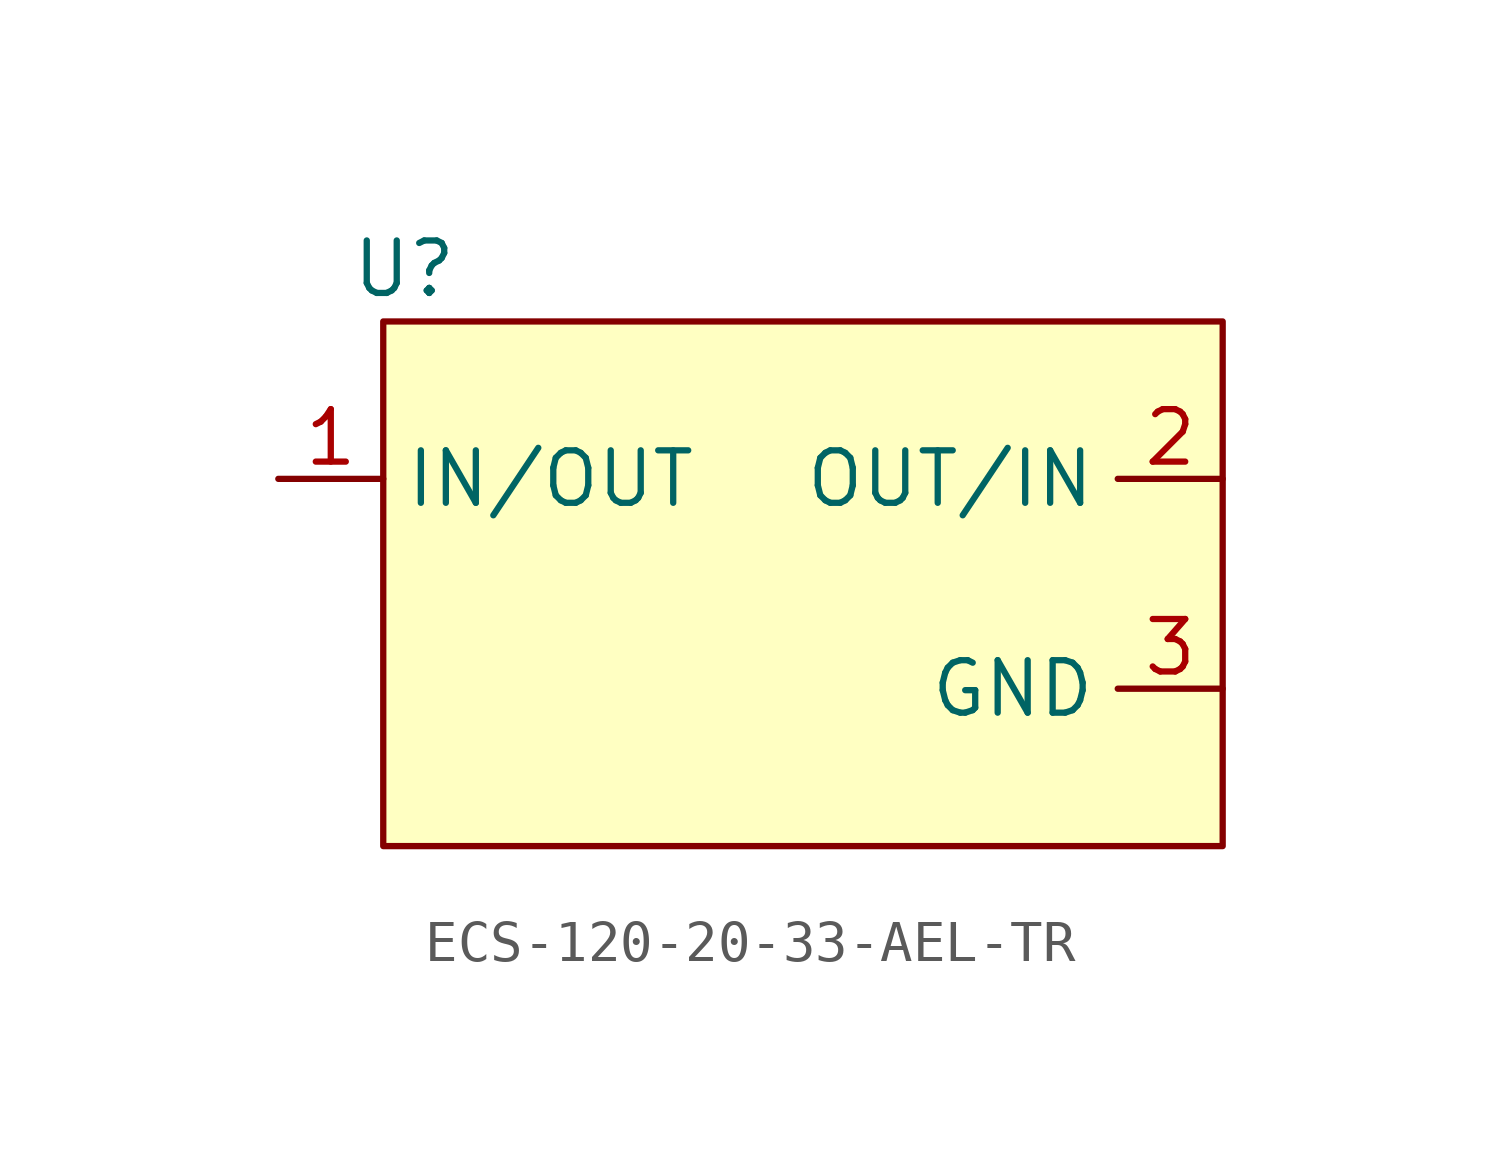
<source format=kicad_sym>
(kicad_symbol_lib
  (version 20231120)
  (generator "kicad_symbol_editor")
  (generator_version "8.0")
  (symbol "ECS-120-20-33-AEL-TR"
    (property "Reference" "U"
      (at -9.652 7.62 0)
      (effects (font (size 1.27 1.27))))
    (symbol "ECS-120-20-33-AEL-TR_1_1"
      (rectangle (start -10.16 6.35) (end 10.16 -6.35) (stroke (width 0) (type default)) (fill (type background)))
      (pin input line (at -12.7 2.54 0) (length 2.54) (name "IN/OUT" (effects (font (size 1.27 1.27)))) (number "1" (effects (font (size 1.27 1.27)))))
      (pin input line (at 10.16 2.54 180) (length 2.54) (name "OUT/IN" (effects (font (size 1.27 1.27)))) (number "2" (effects (font (size 1.27 1.27)))))
      (pin input line (at 10.16 -2.54 180) (length 2.54) (name "GND" (effects (font (size 1.27 1.27)))) (number "3" (effects (font (size 1.27 1.27))))))))
</source>
